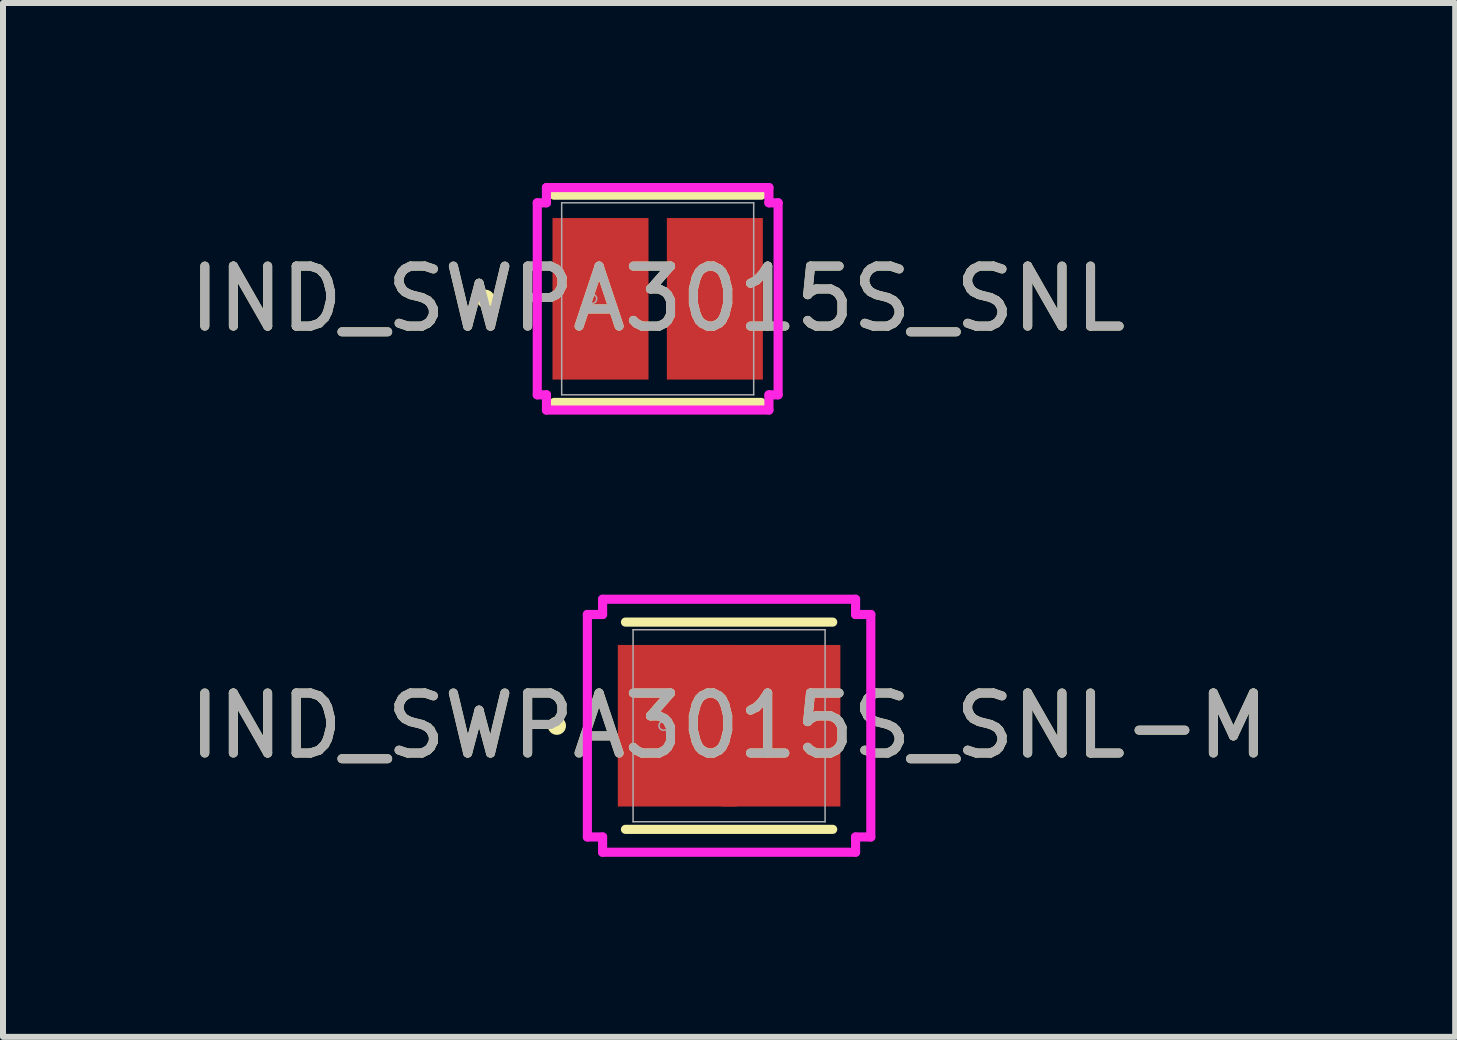
<source format=kicad_pcb>
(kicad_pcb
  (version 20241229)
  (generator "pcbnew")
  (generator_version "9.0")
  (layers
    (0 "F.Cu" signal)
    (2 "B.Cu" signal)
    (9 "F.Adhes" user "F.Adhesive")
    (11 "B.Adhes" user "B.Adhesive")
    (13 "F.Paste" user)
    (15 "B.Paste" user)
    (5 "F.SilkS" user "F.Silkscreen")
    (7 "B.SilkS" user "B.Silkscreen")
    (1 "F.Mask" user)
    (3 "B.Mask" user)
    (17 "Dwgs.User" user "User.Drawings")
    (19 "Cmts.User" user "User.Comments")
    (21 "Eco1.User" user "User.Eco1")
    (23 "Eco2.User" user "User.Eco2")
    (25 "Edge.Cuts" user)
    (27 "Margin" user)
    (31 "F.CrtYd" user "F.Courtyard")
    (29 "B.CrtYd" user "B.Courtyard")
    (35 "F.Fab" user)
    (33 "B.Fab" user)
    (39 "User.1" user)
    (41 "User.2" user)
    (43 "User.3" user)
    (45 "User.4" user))
  (footprint "IND_SWPA3015S_SNL"
    (layer "F.Cu")
    (at 7.911 1.93)
    (property "Reference" "IND_SWPA3015S_SNL" (at 0 0 0) (unlocked yes) (layer "F.SilkS") (effects (font (size 1 1) (thickness 0.15))))
    (attr smd)
    (fp_line (start -1.727 1.727) (end 1.727 1.727) (stroke (width 0.152) (type solid)) (layer "F.SilkS"))
    (fp_line (start 1.727 -1.727) (end -1.727 -1.727) (stroke (width 0.152) (type solid)) (layer "F.SilkS"))
    (fp_circle (center -2.87 0) (end -2.794 0) (stroke (width 0.152) (type solid)) (fill no) (layer "F.SilkS"))
    (fp_line (start -2.007 -1.6) (end -1.854 -1.6) (stroke (width 0.152) (type solid)) (layer "F.CrtYd"))
    (fp_line (start -2.007 1.6) (end -2.007 -1.6) (stroke (width 0.152) (type solid)) (layer "F.CrtYd"))
    (fp_line (start -1.854 -1.854) (end 1.854 -1.854) (stroke (width 0.152) (type solid)) (layer "F.CrtYd"))
    (fp_line (start -1.854 -1.6) (end -1.854 -1.854) (stroke (width 0.152) (type solid)) (layer "F.CrtYd"))
    (fp_line (start -1.854 1.6) (end -2.007 1.6) (stroke (width 0.152) (type solid)) (layer "F.CrtYd"))
    (fp_line (start -1.854 1.854) (end -1.854 1.6) (stroke (width 0.152) (type solid)) (layer "F.CrtYd"))
    (fp_line (start 1.854 -1.854) (end 1.854 -1.6) (stroke (width 0.152) (type solid)) (layer "F.CrtYd"))
    (fp_line (start 1.854 -1.6) (end 2.007 -1.6) (stroke (width 0.152) (type solid)) (layer "F.CrtYd"))
    (fp_line (start 1.854 1.6) (end 1.854 1.854) (stroke (width 0.152) (type solid)) (layer "F.CrtYd"))
    (fp_line (start 1.854 1.854) (end -1.854 1.854) (stroke (width 0.152) (type solid)) (layer "F.CrtYd"))
    (fp_line (start 2.007 -1.6) (end 2.007 1.6) (stroke (width 0.152) (type solid)) (layer "F.CrtYd"))
    (fp_line (start 2.007 1.6) (end 1.854 1.6) (stroke (width 0.152) (type solid)) (layer "F.CrtYd"))
    (fp_line (start -1.6 -1.6) (end -1.6 1.6) (stroke (width 0.025) (type solid)) (layer "F.Fab"))
    (fp_line (start -1.6 1.6) (end 1.6 1.6) (stroke (width 0.025) (type solid)) (layer "F.Fab"))
    (fp_line (start 1.6 -1.6) (end -1.6 -1.6) (stroke (width 0.025) (type solid)) (layer "F.Fab"))
    (fp_line (start 1.6 1.6) (end 1.6 -1.6) (stroke (width 0.025) (type solid)) (layer "F.Fab"))
    (fp_circle (center -1.092 0) (end -1.016 0) (stroke (width 0.025) (type solid)) (fill no) (layer "F.Fab"))
    (fp_text user "${REFERENCE}" (at 0 0 0) (unlocked yes) (layer "F.Fab") (effects (font (size 1 1) (thickness 0.15))))
    (pad "1" smd rect (at -0.953 0 90) (size 2.692 1.6) (layers "F.Cu" "F.Mask" "F.Paste"))
    (pad "2" smd rect (at 0.953 0 90) (size 2.692 1.6) (layers "F.Cu" "F.Mask" "F.Paste"))
    (zone (net_name "") (layer "F.Cu") (hatch full 0.508) (connect_pads) (min_thickness 0.254) (filled_areas_thickness no) (keepout (tracks not_allowed) (vias not_allowed) (pads allowed) (copperpour not_allowed) (footprints allowed)) (placement (enabled no)) (fill) (polygon (pts (xy 6.361 0.381) (xy 9.46 0.381) (xy 9.46 0.533) (xy 6.361 0.533))))
    (zone (net_name "") (layer "F.Cu") (hatch full 0.508) (connect_pads) (min_thickness 0.254) (filled_areas_thickness no) (keepout (tracks not_allowed) (vias not_allowed) (pads allowed) (copperpour not_allowed) (footprints allowed)) (placement (enabled no)) (fill) (polygon (pts (xy 6.361 3.327) (xy 9.46 3.327) (xy 9.46 3.48) (xy 6.361 3.48))))
    (zone (net_name "") (layer "F.Cu") (hatch full 0.508) (connect_pads) (min_thickness 0.254) (filled_areas_thickness no) (keepout (tracks not_allowed) (vias not_allowed) (pads allowed) (copperpour not_allowed) (footprints allowed)) (placement (enabled no)) (fill) (polygon (pts (xy 7.809 0.533) (xy 8.012 0.533) (xy 8.012 3.327) (xy 7.809 3.327)))))
  (footprint "IND_SWPA3015S_SNL-M"
    (layer "F.Cu")
    (at 9.101 9.045)
    (property "Reference" "IND_SWPA3015S_SNL-M" (at 0 0 0) (unlocked yes) (layer "F.SilkS") (effects (font (size 1 1) (thickness 0.15))))
    (attr smd)
    (fp_line (start -1.727 1.727) (end 1.727 1.727) (stroke (width 0.152) (type solid)) (layer "F.SilkS"))
    (fp_line (start 1.727 -1.727) (end -1.727 -1.727) (stroke (width 0.152) (type solid)) (layer "F.SilkS"))
    (fp_circle (center -2.87 0) (end -2.794 0) (stroke (width 0.152) (type solid)) (fill no) (layer "F.SilkS"))
    (fp_line (start -2.362 -1.854) (end -2.108 -1.854) (stroke (width 0.152) (type solid)) (layer "F.CrtYd"))
    (fp_line (start -2.362 1.854) (end -2.362 -1.854) (stroke (width 0.152) (type solid)) (layer "F.CrtYd"))
    (fp_line (start -2.108 -2.108) (end 2.108 -2.108) (stroke (width 0.152) (type solid)) (layer "F.CrtYd"))
    (fp_line (start -2.108 -1.854) (end -2.108 -2.108) (stroke (width 0.152) (type solid)) (layer "F.CrtYd"))
    (fp_line (start -2.108 1.854) (end -2.362 1.854) (stroke (width 0.152) (type solid)) (layer "F.CrtYd"))
    (fp_line (start -2.108 2.108) (end -2.108 1.854) (stroke (width 0.152) (type solid)) (layer "F.CrtYd"))
    (fp_line (start 2.108 -2.108) (end 2.108 -1.854) (stroke (width 0.152) (type solid)) (layer "F.CrtYd"))
    (fp_line (start 2.108 -1.854) (end 2.362 -1.854) (stroke (width 0.152) (type solid)) (layer "F.CrtYd"))
    (fp_line (start 2.108 1.854) (end 2.108 2.108) (stroke (width 0.152) (type solid)) (layer "F.CrtYd"))
    (fp_line (start 2.108 2.108) (end -2.108 2.108) (stroke (width 0.152) (type solid)) (layer "F.CrtYd"))
    (fp_line (start 2.362 -1.854) (end 2.362 1.854) (stroke (width 0.152) (type solid)) (layer "F.CrtYd"))
    (fp_line (start 2.362 1.854) (end 2.108 1.854) (stroke (width 0.152) (type solid)) (layer "F.CrtYd"))
    (fp_line (start -1.6 -1.6) (end -1.6 1.6) (stroke (width 0.025) (type solid)) (layer "F.Fab"))
    (fp_line (start -1.6 1.6) (end 1.6 1.6) (stroke (width 0.025) (type solid)) (layer "F.Fab"))
    (fp_line (start 1.6 -1.6) (end -1.6 -1.6) (stroke (width 0.025) (type solid)) (layer "F.Fab"))
    (fp_line (start 1.6 1.6) (end 1.6 -1.6) (stroke (width 0.025) (type solid)) (layer "F.Fab"))
    (fp_circle (center -1.092 0) (end -1.016 0) (stroke (width 0.025) (type solid)) (fill no) (layer "F.Fab"))
    (fp_text user "${REFERENCE}" (at 0 0 0) (unlocked yes) (layer "F.Fab") (effects (font (size 1 1) (thickness 0.15))))
    (pad "1" smd rect (at -0.864 0 90) (size 2.692 1.981) (layers "F.Cu" "F.Mask" "F.Paste"))
    (pad "2" smd rect (at 0.864 0 90) (size 2.692 1.981) (layers "F.Cu" "F.Mask" "F.Paste"))
    (zone (net_name "") (layer "F.Cu") (hatch full 0.508) (connect_pads) (min_thickness 0.254) (filled_areas_thickness no) (keepout (tracks not_allowed) (vias not_allowed) (pads allowed) (copperpour not_allowed) (footprints allowed)) (placement (enabled no)) (fill) (polygon (pts (xy 7.552 7.496) (xy 10.651 7.496) (xy 10.651 7.648) (xy 7.552 7.648))))
    (zone (net_name "") (layer "F.Cu") (hatch full 0.508) (connect_pads) (min_thickness 0.254) (filled_areas_thickness no) (keepout (tracks not_allowed) (vias not_allowed) (pads allowed) (copperpour not_allowed) (footprints allowed)) (placement (enabled no)) (fill) (polygon (pts (xy 7.552 10.442) (xy 10.651 10.442) (xy 10.651 10.595) (xy 7.552 10.595))))
    (zone (net_name "") (layer "F.Cu") (hatch full 0.508) (connect_pads) (min_thickness 0.254) (filled_areas_thickness no) (keepout (tracks not_allowed) (vias not_allowed) (pads allowed) (copperpour not_allowed) (footprints allowed)) (placement (enabled no)) (fill) (polygon (pts (xy 9.279 7.648) (xy 8.923 7.648) (xy 8.923 10.442) (xy 9.279 10.442)))))
  (gr_rect
    (start -3 -3)
    (end 21.202 14.23)
    (stroke (width 0.1) (type default))
    (fill no)
    (layer "Edge.Cuts")))
</source>
